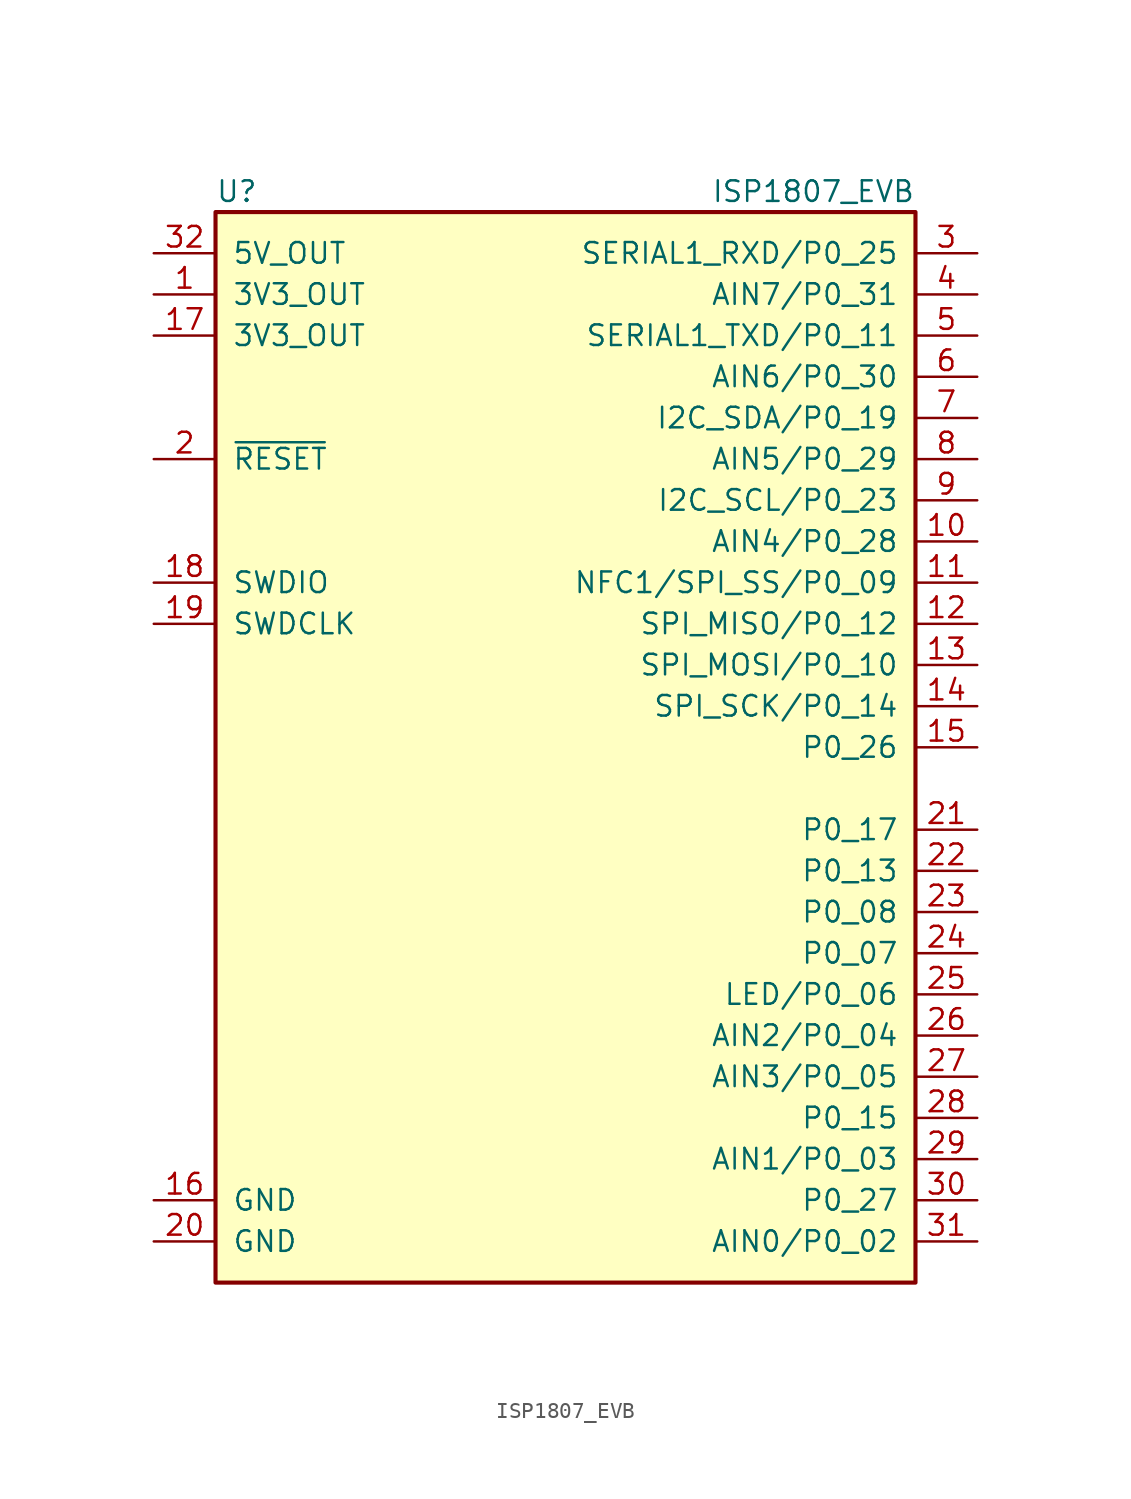
<source format=kicad_sym>
(kicad_symbol_lib
  (version 20211014)
  (generator kicad_symbol_editor)
  (symbol "ISP1807_EVB"
    (pin_names
      (offset 1.016))
    (property "Reference" "U"
      (at -21.59 34.29 0)
      (effects (font (size 1.27 1.27)) (justify left)))
    (property "Value" "ISP1807_EVB"
      (at 21.59 34.29 0)
      (effects (font (size 1.27 1.27)) (justify right)))
    (symbol "ISP1807_EVB_0_1"
      (rectangle (start 21.59 33.02) (end -21.59 -33.02) (stroke (width 0.254) (type default) (color 0 0 0 0)) (fill (type background))))
    (symbol "ISP1807_EVB_1_1"
      (pin power_out line (at -25.4 27.94 0) (length 3.81) (name "3V3_OUT" (effects (font (size 1.27 1.27)))) (number "1" (effects (font (size 1.27 1.27)))))
      (pin bidirectional line (at 25.4 12.7 180) (length 3.81) (name "AIN4/P0_28" (effects (font (size 1.27 1.27)))) (number "10" (effects (font (size 1.27 1.27)))))
      (pin bidirectional line (at 25.4 10.16 180) (length 3.81) (name "NFC1/SPI_SS/P0_09" (effects (font (size 1.27 1.27)))) (number "11" (effects (font (size 1.27 1.27)))))
      (pin bidirectional line (at 25.4 7.62 180) (length 3.81) (name "SPI_MISO/P0_12" (effects (font (size 1.27 1.27)))) (number "12" (effects (font (size 1.27 1.27)))))
      (pin bidirectional line (at 25.4 5.08 180) (length 3.81) (name "SPI_MOSI/P0_10" (effects (font (size 1.27 1.27)))) (number "13" (effects (font (size 1.27 1.27)))))
      (pin bidirectional line (at 25.4 2.54 180) (length 3.81) (name "SPI_SCK/P0_14" (effects (font (size 1.27 1.27)))) (number "14" (effects (font (size 1.27 1.27)))))
      (pin bidirectional line (at 25.4 0 180) (length 3.81) (name "P0_26" (effects (font (size 1.27 1.27)))) (number "15" (effects (font (size 1.27 1.27)))))
      (pin power_in line (at -25.4 -27.94 0) (length 3.81) (name "GND" (effects (font (size 1.27 1.27)))) (number "16" (effects (font (size 1.27 1.27)))))
      (pin power_out line (at -25.4 25.4 0) (length 3.81) (name "3V3_OUT" (effects (font (size 1.27 1.27)))) (number "17" (effects (font (size 1.27 1.27)))))
      (pin bidirectional line (at -25.4 10.16 0) (length 3.81) (name "SWDIO" (effects (font (size 1.27 1.27)))) (number "18" (effects (font (size 1.27 1.27)))))
      (pin input line (at -25.4 7.62 0) (length 3.81) (name "SWDCLK" (effects (font (size 1.27 1.27)))) (number "19" (effects (font (size 1.27 1.27)))))
      (pin input line (at -25.4 17.78 0) (length 3.81) (name "~{RESET}" (effects (font (size 1.27 1.27)))) (number "2" (effects (font (size 1.27 1.27)))))
      (pin power_in line (at -25.4 -30.48 0) (length 3.81) (name "GND" (effects (font (size 1.27 1.27)))) (number "20" (effects (font (size 1.27 1.27)))))
      (pin bidirectional line (at 25.4 -5.08 180) (length 3.81) (name "P0_17" (effects (font (size 1.27 1.27)))) (number "21" (effects (font (size 1.27 1.27)))))
      (pin bidirectional line (at 25.4 -7.62 180) (length 3.81) (name "P0_13" (effects (font (size 1.27 1.27)))) (number "22" (effects (font (size 1.27 1.27)))))
      (pin bidirectional line (at 25.4 -10.16 180) (length 3.81) (name "P0_08" (effects (font (size 1.27 1.27)))) (number "23" (effects (font (size 1.27 1.27)))))
      (pin bidirectional line (at 25.4 -12.7 180) (length 3.81) (name "P0_07" (effects (font (size 1.27 1.27)))) (number "24" (effects (font (size 1.27 1.27)))))
      (pin bidirectional line (at 25.4 -15.24 180) (length 3.81) (name "LED/P0_06" (effects (font (size 1.27 1.27)))) (number "25" (effects (font (size 1.27 1.27)))))
      (pin bidirectional line (at 25.4 -17.78 180) (length 3.81) (name "AIN2/P0_04" (effects (font (size 1.27 1.27)))) (number "26" (effects (font (size 1.27 1.27)))))
      (pin bidirectional line (at 25.4 -20.32 180) (length 3.81) (name "AIN3/P0_05" (effects (font (size 1.27 1.27)))) (number "27" (effects (font (size 1.27 1.27)))))
      (pin bidirectional line (at 25.4 -22.86 180) (length 3.81) (name "P0_15" (effects (font (size 1.27 1.27)))) (number "28" (effects (font (size 1.27 1.27)))))
      (pin bidirectional line (at 25.4 -25.4 180) (length 3.81) (name "AIN1/P0_03" (effects (font (size 1.27 1.27)))) (number "29" (effects (font (size 1.27 1.27)))))
      (pin bidirectional line (at 25.4 30.48 180) (length 3.81) (name "SERIAL1_RXD/P0_25" (effects (font (size 1.27 1.27)))) (number "3" (effects (font (size 1.27 1.27)))))
      (pin bidirectional line (at 25.4 -27.94 180) (length 3.81) (name "P0_27" (effects (font (size 1.27 1.27)))) (number "30" (effects (font (size 1.27 1.27)))))
      (pin bidirectional line (at 25.4 -30.48 180) (length 3.81) (name "AIN0/P0_02" (effects (font (size 1.27 1.27)))) (number "31" (effects (font (size 1.27 1.27)))))
      (pin power_out line (at -25.4 30.48 0) (length 3.81) (name "5V_OUT" (effects (font (size 1.27 1.27)))) (number "32" (effects (font (size 1.27 1.27)))))
      (pin bidirectional line (at 25.4 27.94 180) (length 3.81) (name "AIN7/P0_31" (effects (font (size 1.27 1.27)))) (number "4" (effects (font (size 1.27 1.27)))))
      (pin bidirectional line (at 25.4 25.4 180) (length 3.81) (name "SERIAL1_TXD/P0_11" (effects (font (size 1.27 1.27)))) (number "5" (effects (font (size 1.27 1.27)))))
      (pin bidirectional line (at 25.4 22.86 180) (length 3.81) (name "AIN6/P0_30" (effects (font (size 1.27 1.27)))) (number "6" (effects (font (size 1.27 1.27)))))
      (pin bidirectional line (at 25.4 20.32 180) (length 3.81) (name "I2C_SDA/P0_19" (effects (font (size 1.27 1.27)))) (number "7" (effects (font (size 1.27 1.27)))))
      (pin bidirectional line (at 25.4 17.78 180) (length 3.81) (name "AIN5/P0_29" (effects (font (size 1.27 1.27)))) (number "8" (effects (font (size 1.27 1.27)))))
      (pin bidirectional line (at 25.4 15.24 180) (length 3.81) (name "I2C_SCL/P0_23" (effects (font (size 1.27 1.27)))) (number "9" (effects (font (size 1.27 1.27))))))))
</source>
